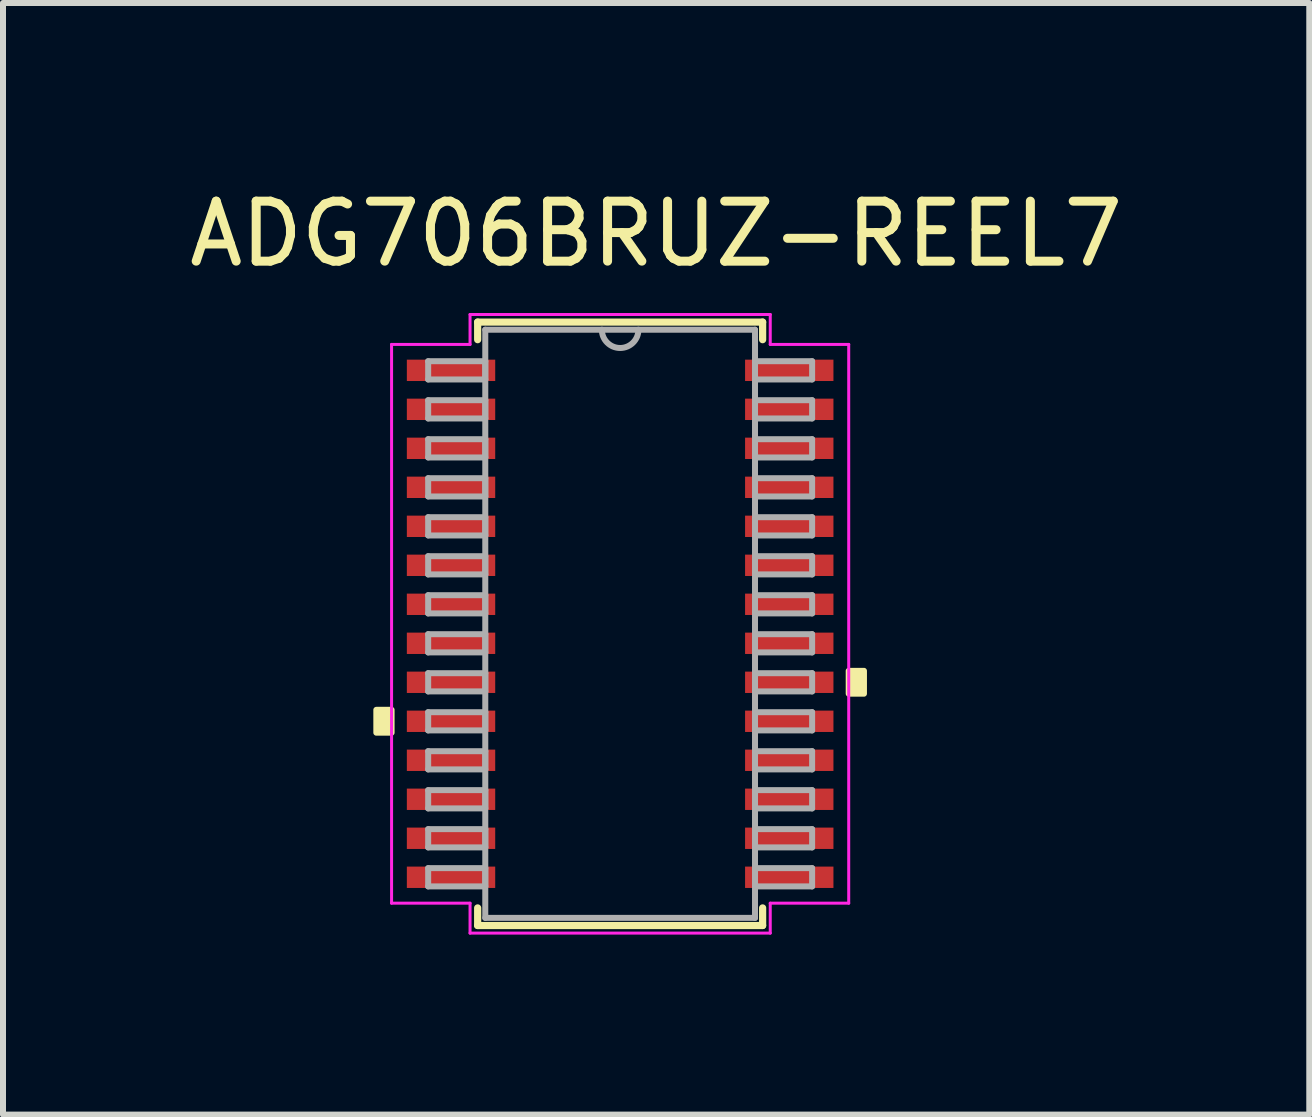
<source format=kicad_pcb>
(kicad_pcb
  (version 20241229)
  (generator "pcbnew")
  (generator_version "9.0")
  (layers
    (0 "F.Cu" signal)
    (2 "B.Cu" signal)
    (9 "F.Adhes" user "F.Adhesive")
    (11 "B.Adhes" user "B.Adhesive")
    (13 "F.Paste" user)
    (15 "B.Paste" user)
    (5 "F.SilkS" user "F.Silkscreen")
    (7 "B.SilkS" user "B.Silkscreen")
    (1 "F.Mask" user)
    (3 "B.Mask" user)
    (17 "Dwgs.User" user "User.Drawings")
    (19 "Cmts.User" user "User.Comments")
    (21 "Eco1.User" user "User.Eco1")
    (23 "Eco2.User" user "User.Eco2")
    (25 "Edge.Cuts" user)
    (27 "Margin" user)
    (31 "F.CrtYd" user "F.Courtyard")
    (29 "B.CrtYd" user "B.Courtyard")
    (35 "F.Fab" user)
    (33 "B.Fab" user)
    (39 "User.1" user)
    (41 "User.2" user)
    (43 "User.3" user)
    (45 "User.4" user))
  (footprint "ADG706BRUZ-REEL7"
    (layer "F.Cu")
    (at 7.287 7.348)
    (property "Reference" "ADG706BRUZ-REEL7" (at 0.6 -6.5 0) (layer "F.SilkS") (effects (font (size 1 1) (thickness 0.15))))
    (attr through_hole)
    (fp_line (start -2.375 -5.029) (end -2.375 -4.736) (stroke (width 0.12) (type solid)) (layer "F.SilkS"))
    (fp_line (start -2.375 4.736) (end -2.375 5.029) (stroke (width 0.12) (type solid)) (layer "F.SilkS"))
    (fp_line (start -2.375 5.029) (end 2.375 5.029) (stroke (width 0.12) (type solid)) (layer "F.SilkS"))
    (fp_line (start 2.375 -5.029) (end -2.375 -5.029) (stroke (width 0.12) (type solid)) (layer "F.SilkS"))
    (fp_line (start 2.375 -4.736) (end 2.375 -5.029) (stroke (width 0.12) (type solid)) (layer "F.SilkS"))
    (fp_line (start 2.375 5.029) (end 2.375 4.736) (stroke (width 0.12) (type solid)) (layer "F.SilkS"))
    (fp_poly (pts (xy -4.064 1.434) (xy -4.064 1.815) (xy -3.81 1.815) (xy -3.81 1.434)) (stroke (width 0.1) (type solid)) (fill yes) (layer "F.SilkS"))
    (fp_poly (pts (xy 4.064 0.784) (xy 4.064 1.165) (xy 3.81 1.165) (xy 3.81 0.784)) (stroke (width 0.1) (type solid)) (fill yes) (layer "F.SilkS"))
    (fp_line (start -3.81 -4.657) (end -2.502 -4.657) (stroke (width 0.05) (type solid)) (layer "F.CrtYd"))
    (fp_line (start -3.81 4.657) (end -3.81 -4.657) (stroke (width 0.05) (type solid)) (layer "F.CrtYd"))
    (fp_line (start -2.502 -5.156) (end 2.502 -5.156) (stroke (width 0.05) (type solid)) (layer "F.CrtYd"))
    (fp_line (start -2.502 -4.657) (end -2.502 -5.156) (stroke (width 0.05) (type solid)) (layer "F.CrtYd"))
    (fp_line (start -2.502 4.657) (end -3.81 4.657) (stroke (width 0.05) (type solid)) (layer "F.CrtYd"))
    (fp_line (start -2.502 5.156) (end -2.502 4.657) (stroke (width 0.05) (type solid)) (layer "F.CrtYd"))
    (fp_line (start 2.502 -5.156) (end 2.502 -4.657) (stroke (width 0.05) (type solid)) (layer "F.CrtYd"))
    (fp_line (start 2.502 -4.657) (end 3.81 -4.657) (stroke (width 0.05) (type solid)) (layer "F.CrtYd"))
    (fp_line (start 2.502 4.657) (end 2.502 5.156) (stroke (width 0.05) (type solid)) (layer "F.CrtYd"))
    (fp_line (start 2.502 5.156) (end -2.502 5.156) (stroke (width 0.05) (type solid)) (layer "F.CrtYd"))
    (fp_line (start 3.81 -4.657) (end 3.81 4.657) (stroke (width 0.05) (type solid)) (layer "F.CrtYd"))
    (fp_line (start 3.81 4.657) (end 2.502 4.657) (stroke (width 0.05) (type solid)) (layer "F.CrtYd"))
    (fp_line (start -3.2 -4.377) (end -3.2 -4.073) (stroke (width 0.1) (type solid)) (layer "F.Fab"))
    (fp_line (start -3.2 -4.073) (end -2.248 -4.073) (stroke (width 0.1) (type solid)) (layer "F.Fab"))
    (fp_line (start -3.2 -3.727) (end -3.2 -3.423) (stroke (width 0.1) (type solid)) (layer "F.Fab"))
    (fp_line (start -3.2 -3.423) (end -2.248 -3.423) (stroke (width 0.1) (type solid)) (layer "F.Fab"))
    (fp_line (start -3.2 -3.077) (end -3.2 -2.773) (stroke (width 0.1) (type solid)) (layer "F.Fab"))
    (fp_line (start -3.2 -2.773) (end -2.248 -2.773) (stroke (width 0.1) (type solid)) (layer "F.Fab"))
    (fp_line (start -3.2 -2.427) (end -3.2 -2.123) (stroke (width 0.1) (type solid)) (layer "F.Fab"))
    (fp_line (start -3.2 -2.123) (end -2.248 -2.123) (stroke (width 0.1) (type solid)) (layer "F.Fab"))
    (fp_line (start -3.2 -1.777) (end -3.2 -1.473) (stroke (width 0.1) (type solid)) (layer "F.Fab"))
    (fp_line (start -3.2 -1.473) (end -2.248 -1.473) (stroke (width 0.1) (type solid)) (layer "F.Fab"))
    (fp_line (start -3.2 -1.127) (end -3.2 -0.823) (stroke (width 0.1) (type solid)) (layer "F.Fab"))
    (fp_line (start -3.2 -0.823) (end -2.248 -0.823) (stroke (width 0.1) (type solid)) (layer "F.Fab"))
    (fp_line (start -3.2 -0.477) (end -3.2 -0.173) (stroke (width 0.1) (type solid)) (layer "F.Fab"))
    (fp_line (start -3.2 -0.173) (end -2.248 -0.173) (stroke (width 0.1) (type solid)) (layer "F.Fab"))
    (fp_line (start -3.2 0.173) (end -3.2 0.477) (stroke (width 0.1) (type solid)) (layer "F.Fab"))
    (fp_line (start -3.2 0.477) (end -2.248 0.477) (stroke (width 0.1) (type solid)) (layer "F.Fab"))
    (fp_line (start -3.2 0.823) (end -3.2 1.127) (stroke (width 0.1) (type solid)) (layer "F.Fab"))
    (fp_line (start -3.2 1.127) (end -2.248 1.127) (stroke (width 0.1) (type solid)) (layer "F.Fab"))
    (fp_line (start -3.2 1.473) (end -3.2 1.777) (stroke (width 0.1) (type solid)) (layer "F.Fab"))
    (fp_line (start -3.2 1.777) (end -2.248 1.777) (stroke (width 0.1) (type solid)) (layer "F.Fab"))
    (fp_line (start -3.2 2.123) (end -3.2 2.427) (stroke (width 0.1) (type solid)) (layer "F.Fab"))
    (fp_line (start -3.2 2.427) (end -2.248 2.427) (stroke (width 0.1) (type solid)) (layer "F.Fab"))
    (fp_line (start -3.2 2.773) (end -3.2 3.077) (stroke (width 0.1) (type solid)) (layer "F.Fab"))
    (fp_line (start -3.2 3.077) (end -2.248 3.077) (stroke (width 0.1) (type solid)) (layer "F.Fab"))
    (fp_line (start -3.2 3.423) (end -3.2 3.727) (stroke (width 0.1) (type solid)) (layer "F.Fab"))
    (fp_line (start -3.2 3.727) (end -2.248 3.727) (stroke (width 0.1) (type solid)) (layer "F.Fab"))
    (fp_line (start -3.2 4.073) (end -3.2 4.377) (stroke (width 0.1) (type solid)) (layer "F.Fab"))
    (fp_line (start -3.2 4.377) (end -2.248 4.377) (stroke (width 0.1) (type solid)) (layer "F.Fab"))
    (fp_line (start -2.248 -4.902) (end -2.248 4.902) (stroke (width 0.1) (type solid)) (layer "F.Fab"))
    (fp_line (start -2.248 -4.377) (end -3.2 -4.377) (stroke (width 0.1) (type solid)) (layer "F.Fab"))
    (fp_line (start -2.248 -4.073) (end -2.248 -4.377) (stroke (width 0.1) (type solid)) (layer "F.Fab"))
    (fp_line (start -2.248 -3.727) (end -3.2 -3.727) (stroke (width 0.1) (type solid)) (layer "F.Fab"))
    (fp_line (start -2.248 -3.423) (end -2.248 -3.727) (stroke (width 0.1) (type solid)) (layer "F.Fab"))
    (fp_line (start -2.248 -3.077) (end -3.2 -3.077) (stroke (width 0.1) (type solid)) (layer "F.Fab"))
    (fp_line (start -2.248 -2.773) (end -2.248 -3.077) (stroke (width 0.1) (type solid)) (layer "F.Fab"))
    (fp_line (start -2.248 -2.427) (end -3.2 -2.427) (stroke (width 0.1) (type solid)) (layer "F.Fab"))
    (fp_line (start -2.248 -2.123) (end -2.248 -2.427) (stroke (width 0.1) (type solid)) (layer "F.Fab"))
    (fp_line (start -2.248 -1.777) (end -3.2 -1.777) (stroke (width 0.1) (type solid)) (layer "F.Fab"))
    (fp_line (start -2.248 -1.473) (end -2.248 -1.777) (stroke (width 0.1) (type solid)) (layer "F.Fab"))
    (fp_line (start -2.248 -1.127) (end -3.2 -1.127) (stroke (width 0.1) (type solid)) (layer "F.Fab"))
    (fp_line (start -2.248 -0.823) (end -2.248 -1.127) (stroke (width 0.1) (type solid)) (layer "F.Fab"))
    (fp_line (start -2.248 -0.477) (end -3.2 -0.477) (stroke (width 0.1) (type solid)) (layer "F.Fab"))
    (fp_line (start -2.248 -0.173) (end -2.248 -0.477) (stroke (width 0.1) (type solid)) (layer "F.Fab"))
    (fp_line (start -2.248 0.173) (end -3.2 0.173) (stroke (width 0.1) (type solid)) (layer "F.Fab"))
    (fp_line (start -2.248 0.477) (end -2.248 0.173) (stroke (width 0.1) (type solid)) (layer "F.Fab"))
    (fp_line (start -2.248 0.823) (end -3.2 0.823) (stroke (width 0.1) (type solid)) (layer "F.Fab"))
    (fp_line (start -2.248 1.127) (end -2.248 0.823) (stroke (width 0.1) (type solid)) (layer "F.Fab"))
    (fp_line (start -2.248 1.473) (end -3.2 1.473) (stroke (width 0.1) (type solid)) (layer "F.Fab"))
    (fp_line (start -2.248 1.777) (end -2.248 1.473) (stroke (width 0.1) (type solid)) (layer "F.Fab"))
    (fp_line (start -2.248 2.123) (end -3.2 2.123) (stroke (width 0.1) (type solid)) (layer "F.Fab"))
    (fp_line (start -2.248 2.427) (end -2.248 2.123) (stroke (width 0.1) (type solid)) (layer "F.Fab"))
    (fp_line (start -2.248 2.773) (end -3.2 2.773) (stroke (width 0.1) (type solid)) (layer "F.Fab"))
    (fp_line (start -2.248 3.077) (end -2.248 2.773) (stroke (width 0.1) (type solid)) (layer "F.Fab"))
    (fp_line (start -2.248 3.423) (end -3.2 3.423) (stroke (width 0.1) (type solid)) (layer "F.Fab"))
    (fp_line (start -2.248 3.727) (end -2.248 3.423) (stroke (width 0.1) (type solid)) (layer "F.Fab"))
    (fp_line (start -2.248 4.073) (end -3.2 4.073) (stroke (width 0.1) (type solid)) (layer "F.Fab"))
    (fp_line (start -2.248 4.377) (end -2.248 4.073) (stroke (width 0.1) (type solid)) (layer "F.Fab"))
    (fp_line (start -2.248 4.902) (end 2.248 4.902) (stroke (width 0.1) (type solid)) (layer "F.Fab"))
    (fp_line (start 2.248 -4.902) (end -2.248 -4.902) (stroke (width 0.1) (type solid)) (layer "F.Fab"))
    (fp_line (start 2.248 -4.377) (end 2.248 -4.073) (stroke (width 0.1) (type solid)) (layer "F.Fab"))
    (fp_line (start 2.248 -4.073) (end 3.2 -4.073) (stroke (width 0.1) (type solid)) (layer "F.Fab"))
    (fp_line (start 2.248 -3.727) (end 2.248 -3.423) (stroke (width 0.1) (type solid)) (layer "F.Fab"))
    (fp_line (start 2.248 -3.423) (end 3.2 -3.423) (stroke (width 0.1) (type solid)) (layer "F.Fab"))
    (fp_line (start 2.248 -3.077) (end 2.248 -2.773) (stroke (width 0.1) (type solid)) (layer "F.Fab"))
    (fp_line (start 2.248 -2.773) (end 3.2 -2.773) (stroke (width 0.1) (type solid)) (layer "F.Fab"))
    (fp_line (start 2.248 -2.427) (end 2.248 -2.123) (stroke (width 0.1) (type solid)) (layer "F.Fab"))
    (fp_line (start 2.248 -2.123) (end 3.2 -2.123) (stroke (width 0.1) (type solid)) (layer "F.Fab"))
    (fp_line (start 2.248 -1.777) (end 2.248 -1.473) (stroke (width 0.1) (type solid)) (layer "F.Fab"))
    (fp_line (start 2.248 -1.473) (end 3.2 -1.473) (stroke (width 0.1) (type solid)) (layer "F.Fab"))
    (fp_line (start 2.248 -1.127) (end 2.248 -0.823) (stroke (width 0.1) (type solid)) (layer "F.Fab"))
    (fp_line (start 2.248 -0.823) (end 3.2 -0.823) (stroke (width 0.1) (type solid)) (layer "F.Fab"))
    (fp_line (start 2.248 -0.477) (end 2.248 -0.173) (stroke (width 0.1) (type solid)) (layer "F.Fab"))
    (fp_line (start 2.248 -0.173) (end 3.2 -0.173) (stroke (width 0.1) (type solid)) (layer "F.Fab"))
    (fp_line (start 2.248 0.173) (end 2.248 0.477) (stroke (width 0.1) (type solid)) (layer "F.Fab"))
    (fp_line (start 2.248 0.477) (end 3.2 0.477) (stroke (width 0.1) (type solid)) (layer "F.Fab"))
    (fp_line (start 2.248 0.823) (end 2.248 1.127) (stroke (width 0.1) (type solid)) (layer "F.Fab"))
    (fp_line (start 2.248 1.127) (end 3.2 1.127) (stroke (width 0.1) (type solid)) (layer "F.Fab"))
    (fp_line (start 2.248 1.473) (end 2.248 1.777) (stroke (width 0.1) (type solid)) (layer "F.Fab"))
    (fp_line (start 2.248 1.777) (end 3.2 1.777) (stroke (width 0.1) (type solid)) (layer "F.Fab"))
    (fp_line (start 2.248 2.123) (end 2.248 2.427) (stroke (width 0.1) (type solid)) (layer "F.Fab"))
    (fp_line (start 2.248 2.427) (end 3.2 2.427) (stroke (width 0.1) (type solid)) (layer "F.Fab"))
    (fp_line (start 2.248 2.773) (end 2.248 3.077) (stroke (width 0.1) (type solid)) (layer "F.Fab"))
    (fp_line (start 2.248 3.077) (end 3.2 3.077) (stroke (width 0.1) (type solid)) (layer "F.Fab"))
    (fp_line (start 2.248 3.423) (end 2.248 3.727) (stroke (width 0.1) (type solid)) (layer "F.Fab"))
    (fp_line (start 2.248 3.727) (end 3.2 3.727) (stroke (width 0.1) (type solid)) (layer "F.Fab"))
    (fp_line (start 2.248 4.073) (end 2.248 4.377) (stroke (width 0.1) (type solid)) (layer "F.Fab"))
    (fp_line (start 2.248 4.377) (end 3.2 4.377) (stroke (width 0.1) (type solid)) (layer "F.Fab"))
    (fp_line (start 2.248 4.902) (end 2.248 -4.902) (stroke (width 0.1) (type solid)) (layer "F.Fab"))
    (fp_line (start 3.2 -4.377) (end 2.248 -4.377) (stroke (width 0.1) (type solid)) (layer "F.Fab"))
    (fp_line (start 3.2 -4.073) (end 3.2 -4.377) (stroke (width 0.1) (type solid)) (layer "F.Fab"))
    (fp_line (start 3.2 -3.727) (end 2.248 -3.727) (stroke (width 0.1) (type solid)) (layer "F.Fab"))
    (fp_line (start 3.2 -3.423) (end 3.2 -3.727) (stroke (width 0.1) (type solid)) (layer "F.Fab"))
    (fp_line (start 3.2 -3.077) (end 2.248 -3.077) (stroke (width 0.1) (type solid)) (layer "F.Fab"))
    (fp_line (start 3.2 -2.773) (end 3.2 -3.077) (stroke (width 0.1) (type solid)) (layer "F.Fab"))
    (fp_line (start 3.2 -2.427) (end 2.248 -2.427) (stroke (width 0.1) (type solid)) (layer "F.Fab"))
    (fp_line (start 3.2 -2.123) (end 3.2 -2.427) (stroke (width 0.1) (type solid)) (layer "F.Fab"))
    (fp_line (start 3.2 -1.777) (end 2.248 -1.777) (stroke (width 0.1) (type solid)) (layer "F.Fab"))
    (fp_line (start 3.2 -1.473) (end 3.2 -1.777) (stroke (width 0.1) (type solid)) (layer "F.Fab"))
    (fp_line (start 3.2 -1.127) (end 2.248 -1.127) (stroke (width 0.1) (type solid)) (layer "F.Fab"))
    (fp_line (start 3.2 -0.823) (end 3.2 -1.127) (stroke (width 0.1) (type solid)) (layer "F.Fab"))
    (fp_line (start 3.2 -0.477) (end 2.248 -0.477) (stroke (width 0.1) (type solid)) (layer "F.Fab"))
    (fp_line (start 3.2 -0.173) (end 3.2 -0.477) (stroke (width 0.1) (type solid)) (layer "F.Fab"))
    (fp_line (start 3.2 0.173) (end 2.248 0.173) (stroke (width 0.1) (type solid)) (layer "F.Fab"))
    (fp_line (start 3.2 0.477) (end 3.2 0.173) (stroke (width 0.1) (type solid)) (layer "F.Fab"))
    (fp_line (start 3.2 0.823) (end 2.248 0.823) (stroke (width 0.1) (type solid)) (layer "F.Fab"))
    (fp_line (start 3.2 1.127) (end 3.2 0.823) (stroke (width 0.1) (type solid)) (layer "F.Fab"))
    (fp_line (start 3.2 1.473) (end 2.248 1.473) (stroke (width 0.1) (type solid)) (layer "F.Fab"))
    (fp_line (start 3.2 1.777) (end 3.2 1.473) (stroke (width 0.1) (type solid)) (layer "F.Fab"))
    (fp_line (start 3.2 2.123) (end 2.248 2.123) (stroke (width 0.1) (type solid)) (layer "F.Fab"))
    (fp_line (start 3.2 2.427) (end 3.2 2.123) (stroke (width 0.1) (type solid)) (layer "F.Fab"))
    (fp_line (start 3.2 2.773) (end 2.248 2.773) (stroke (width 0.1) (type solid)) (layer "F.Fab"))
    (fp_line (start 3.2 3.077) (end 3.2 2.773) (stroke (width 0.1) (type solid)) (layer "F.Fab"))
    (fp_line (start 3.2 3.423) (end 2.248 3.423) (stroke (width 0.1) (type solid)) (layer "F.Fab"))
    (fp_line (start 3.2 3.727) (end 3.2 3.423) (stroke (width 0.1) (type solid)) (layer "F.Fab"))
    (fp_line (start 3.2 4.073) (end 2.248 4.073) (stroke (width 0.1) (type solid)) (layer "F.Fab"))
    (fp_line (start 3.2 4.377) (end 3.2 4.073) (stroke (width 0.1) (type solid)) (layer "F.Fab"))
    (fp_arc (start 0.3048 -4.9022) (mid 0 -4.5974) (end -0.3048 -4.9022) (stroke (width 0.1) (type solid)) (layer "F.Fab"))
    (pad "1" smd rect (at -2.819 -4.225) (size 1.473 0.356) (layers "F.Cu" "F.Mask" "F.Paste"))
    (pad "2" smd rect (at -2.819 -3.575) (size 1.473 0.356) (layers "F.Cu" "F.Mask" "F.Paste"))
    (pad "3" smd rect (at -2.819 -2.925) (size 1.473 0.356) (layers "F.Cu" "F.Mask" "F.Paste"))
    (pad "4" smd rect (at -2.819 -2.275) (size 1.473 0.356) (layers "F.Cu" "F.Mask" "F.Paste"))
    (pad "5" smd rect (at -2.819 -1.625) (size 1.473 0.356) (layers "F.Cu" "F.Mask" "F.Paste"))
    (pad "6" smd rect (at -2.819 -0.975) (size 1.473 0.356) (layers "F.Cu" "F.Mask" "F.Paste"))
    (pad "7" smd rect (at -2.819 -0.325) (size 1.473 0.356) (layers "F.Cu" "F.Mask" "F.Paste"))
    (pad "8" smd rect (at -2.819 0.325) (size 1.473 0.356) (layers "F.Cu" "F.Mask" "F.Paste"))
    (pad "9" smd rect (at -2.819 0.975) (size 1.473 0.356) (layers "F.Cu" "F.Mask" "F.Paste"))
    (pad "10" smd rect (at -2.819 1.625) (size 1.473 0.356) (layers "F.Cu" "F.Mask" "F.Paste"))
    (pad "11" smd rect (at -2.819 2.275) (size 1.473 0.356) (layers "F.Cu" "F.Mask" "F.Paste"))
    (pad "12" smd rect (at -2.819 2.925) (size 1.473 0.356) (layers "F.Cu" "F.Mask" "F.Paste"))
    (pad "13" smd rect (at -2.819 3.575) (size 1.473 0.356) (layers "F.Cu" "F.Mask" "F.Paste"))
    (pad "14" smd rect (at -2.819 4.225) (size 1.473 0.356) (layers "F.Cu" "F.Mask" "F.Paste"))
    (pad "15" smd rect (at 2.819 4.225) (size 1.473 0.356) (layers "F.Cu" "F.Mask" "F.Paste"))
    (pad "16" smd rect (at 2.819 3.575) (size 1.473 0.356) (layers "F.Cu" "F.Mask" "F.Paste"))
    (pad "17" smd rect (at 2.819 2.925) (size 1.473 0.356) (layers "F.Cu" "F.Mask" "F.Paste"))
    (pad "18" smd rect (at 2.819 2.275) (size 1.473 0.356) (layers "F.Cu" "F.Mask" "F.Paste"))
    (pad "19" smd rect (at 2.819 1.625) (size 1.473 0.356) (layers "F.Cu" "F.Mask" "F.Paste"))
    (pad "20" smd rect (at 2.819 0.975) (size 1.473 0.356) (layers "F.Cu" "F.Mask" "F.Paste"))
    (pad "21" smd rect (at 2.819 0.325) (size 1.473 0.356) (layers "F.Cu" "F.Mask" "F.Paste"))
    (pad "22" smd rect (at 2.819 -0.325) (size 1.473 0.356) (layers "F.Cu" "F.Mask" "F.Paste"))
    (pad "23" smd rect (at 2.819 -0.975) (size 1.473 0.356) (layers "F.Cu" "F.Mask" "F.Paste"))
    (pad "24" smd rect (at 2.819 -1.625) (size 1.473 0.356) (layers "F.Cu" "F.Mask" "F.Paste"))
    (pad "25" smd rect (at 2.819 -2.275) (size 1.473 0.356) (layers "F.Cu" "F.Mask" "F.Paste"))
    (pad "26" smd rect (at 2.819 -2.925) (size 1.473 0.356) (layers "F.Cu" "F.Mask" "F.Paste"))
    (pad "27" smd rect (at 2.819 -3.575) (size 1.473 0.356) (layers "F.Cu" "F.Mask" "F.Paste"))
    (pad "28" smd rect (at 2.819 -4.225) (size 1.473 0.356) (layers "F.Cu" "F.Mask" "F.Paste")))
  (gr_rect
    (start -3 -3)
    (end 18.774 15.529)
    (stroke (width 0.1) (type default))
    (fill no)
    (layer "Edge.Cuts")))
</source>
